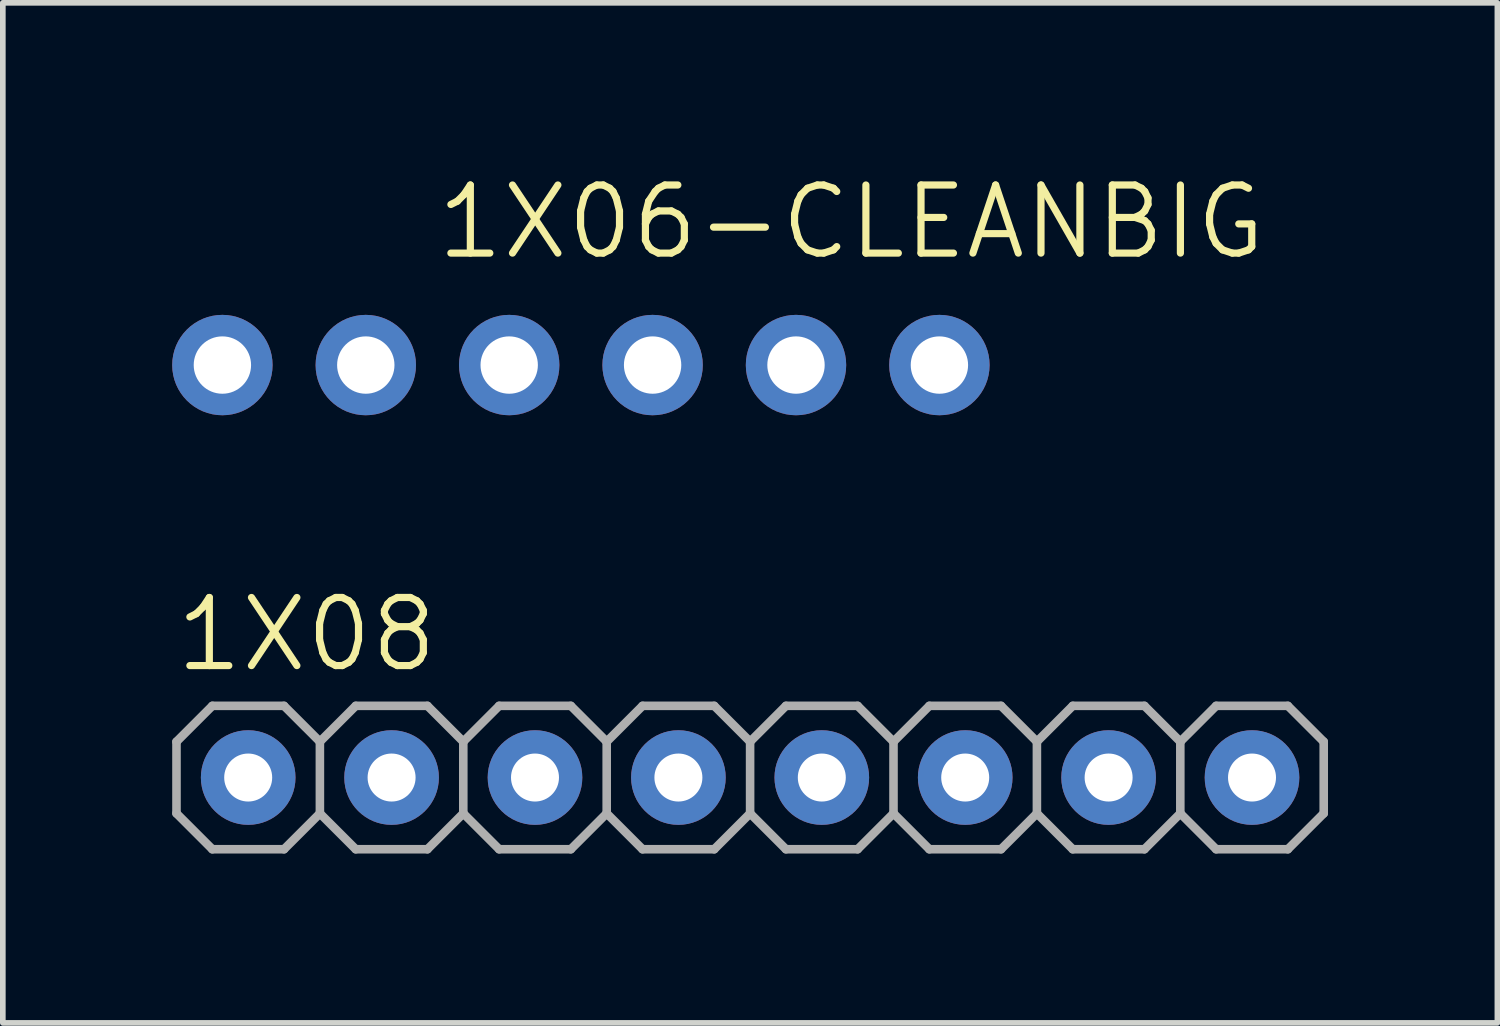
<source format=kicad_pcb>
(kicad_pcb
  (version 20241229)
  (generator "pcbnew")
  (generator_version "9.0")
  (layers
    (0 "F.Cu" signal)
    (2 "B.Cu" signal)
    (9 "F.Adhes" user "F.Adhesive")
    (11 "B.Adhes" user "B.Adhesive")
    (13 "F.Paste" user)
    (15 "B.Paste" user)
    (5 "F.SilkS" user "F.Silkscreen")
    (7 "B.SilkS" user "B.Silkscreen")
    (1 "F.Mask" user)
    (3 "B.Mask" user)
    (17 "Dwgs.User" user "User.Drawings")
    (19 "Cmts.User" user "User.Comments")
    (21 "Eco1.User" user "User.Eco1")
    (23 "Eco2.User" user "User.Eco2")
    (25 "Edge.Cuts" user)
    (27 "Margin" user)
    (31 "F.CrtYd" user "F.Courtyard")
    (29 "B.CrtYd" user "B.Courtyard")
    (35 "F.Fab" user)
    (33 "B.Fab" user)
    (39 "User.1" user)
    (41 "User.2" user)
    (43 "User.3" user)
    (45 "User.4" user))
  (footprint "1X06-CLEANBIG"
    (layer "F.Cu")
    (at 5.969 3.416)
    (property "Reference" "1X06-CLEANBIG" (at -1.346 -1.829 0) (layer "F.SilkS") (effects (font (size 1.206 1.206) (thickness 0.127)) (justify left bottom)))
    (attr through_hole)
    (fp_poly (pts (xy -5.334 0.254) (xy -4.826 0.254) (xy -4.826 -0.254) (xy -5.334 -0.254)) (stroke (width 0.1) (type solid)) (fill no) (layer "F.Fab"))
    (fp_poly (pts (xy -2.794 0.254) (xy -2.286 0.254) (xy -2.286 -0.254) (xy -2.794 -0.254)) (stroke (width 0.1) (type solid)) (fill no) (layer "F.Fab"))
    (fp_poly (pts (xy -0.254 0.254) (xy 0.254 0.254) (xy 0.254 -0.254) (xy -0.254 -0.254)) (stroke (width 0.1) (type solid)) (fill no) (layer "F.Fab"))
    (fp_poly (pts (xy 2.286 0.254) (xy 2.794 0.254) (xy 2.794 -0.254) (xy 2.286 -0.254)) (stroke (width 0.1) (type solid)) (fill no) (layer "F.Fab"))
    (fp_poly (pts (xy 4.826 0.254) (xy 5.334 0.254) (xy 5.334 -0.254) (xy 4.826 -0.254)) (stroke (width 0.1) (type solid)) (fill no) (layer "F.Fab"))
    (fp_poly (pts (xy 7.366 0.254) (xy 7.874 0.254) (xy 7.874 -0.254) (xy 7.366 -0.254)) (stroke (width 0.1) (type solid)) (fill no) (layer "F.Fab"))
    (pad "1" thru_hole circle (at -5.08 0 90) (size 1.778 1.778) (drill 1.016) (layers "*.Cu" "*.Mask"))
    (pad "2" thru_hole circle (at -2.54 0 90) (size 1.778 1.778) (drill 1.016) (layers "*.Cu" "*.Mask"))
    (pad "3" thru_hole circle (at 0 0 90) (size 1.778 1.778) (drill 1.016) (layers "*.Cu" "*.Mask"))
    (pad "4" thru_hole circle (at 2.54 0 90) (size 1.778 1.778) (drill 1.016) (layers "*.Cu" "*.Mask"))
    (pad "5" thru_hole circle (at 5.08 0 90) (size 1.778 1.778) (drill 1.016) (layers "*.Cu" "*.Mask"))
    (pad "6" thru_hole circle (at 7.62 0 90) (size 1.778 1.778) (drill 1.016) (layers "*.Cu" "*.Mask")))
  (footprint "1X08"
    (layer "F.Cu")
    (at 10.236 10.722)
    (property "Reference" "1X08" (at -10.236 -1.829 0) (layer "F.SilkS") (effects (font (size 1.206 1.206) (thickness 0.127)) (justify left bottom)))
    (attr through_hole)
    (fp_line (start -10.16 -0.635) (end -10.16 0.635) (stroke (width 0.152) (type solid)) (layer "F.Fab"))
    (fp_line (start -10.16 0.635) (end -9.525 1.27) (stroke (width 0.152) (type solid)) (layer "F.Fab"))
    (fp_line (start -9.525 -1.27) (end -10.16 -0.635) (stroke (width 0.152) (type solid)) (layer "F.Fab"))
    (fp_line (start -9.525 -1.27) (end -8.255 -1.27) (stroke (width 0.152) (type solid)) (layer "F.Fab"))
    (fp_line (start -8.255 -1.27) (end -7.62 -0.635) (stroke (width 0.152) (type solid)) (layer "F.Fab"))
    (fp_line (start -8.255 1.27) (end -9.525 1.27) (stroke (width 0.152) (type solid)) (layer "F.Fab"))
    (fp_line (start -7.62 -0.635) (end -7.62 0.635) (stroke (width 0.152) (type solid)) (layer "F.Fab"))
    (fp_line (start -7.62 -0.635) (end -6.985 -1.27) (stroke (width 0.152) (type solid)) (layer "F.Fab"))
    (fp_line (start -7.62 0.635) (end -8.255 1.27) (stroke (width 0.152) (type solid)) (layer "F.Fab"))
    (fp_line (start -6.985 -1.27) (end -5.715 -1.27) (stroke (width 0.152) (type solid)) (layer "F.Fab"))
    (fp_line (start -6.985 1.27) (end -7.62 0.635) (stroke (width 0.152) (type solid)) (layer "F.Fab"))
    (fp_line (start -5.715 -1.27) (end -5.08 -0.635) (stroke (width 0.152) (type solid)) (layer "F.Fab"))
    (fp_line (start -5.715 1.27) (end -6.985 1.27) (stroke (width 0.152) (type solid)) (layer "F.Fab"))
    (fp_line (start -5.08 -0.635) (end -5.08 0.635) (stroke (width 0.152) (type solid)) (layer "F.Fab"))
    (fp_line (start -5.08 -0.635) (end -4.445 -1.27) (stroke (width 0.152) (type solid)) (layer "F.Fab"))
    (fp_line (start -5.08 0.635) (end -5.715 1.27) (stroke (width 0.152) (type solid)) (layer "F.Fab"))
    (fp_line (start -4.445 -1.27) (end -3.175 -1.27) (stroke (width 0.152) (type solid)) (layer "F.Fab"))
    (fp_line (start -4.445 1.27) (end -5.08 0.635) (stroke (width 0.152) (type solid)) (layer "F.Fab"))
    (fp_line (start -3.175 -1.27) (end -2.54 -0.635) (stroke (width 0.152) (type solid)) (layer "F.Fab"))
    (fp_line (start -3.175 1.27) (end -4.445 1.27) (stroke (width 0.152) (type solid)) (layer "F.Fab"))
    (fp_line (start -2.54 -0.635) (end -2.54 0.635) (stroke (width 0.152) (type solid)) (layer "F.Fab"))
    (fp_line (start -2.54 0.635) (end -3.175 1.27) (stroke (width 0.152) (type solid)) (layer "F.Fab"))
    (fp_line (start -2.54 0.635) (end -1.905 1.27) (stroke (width 0.152) (type solid)) (layer "F.Fab"))
    (fp_line (start -1.905 -1.27) (end -2.54 -0.635) (stroke (width 0.152) (type solid)) (layer "F.Fab"))
    (fp_line (start -1.905 -1.27) (end -0.635 -1.27) (stroke (width 0.152) (type solid)) (layer "F.Fab"))
    (fp_line (start -0.635 -1.27) (end 0 -0.635) (stroke (width 0.152) (type solid)) (layer "F.Fab"))
    (fp_line (start -0.635 1.27) (end -1.905 1.27) (stroke (width 0.152) (type solid)) (layer "F.Fab"))
    (fp_line (start 0 -0.635) (end 0 0.635) (stroke (width 0.152) (type solid)) (layer "F.Fab"))
    (fp_line (start 0 -0.635) (end 0.635 -1.27) (stroke (width 0.152) (type solid)) (layer "F.Fab"))
    (fp_line (start 0 0.635) (end -0.635 1.27) (stroke (width 0.152) (type solid)) (layer "F.Fab"))
    (fp_line (start 0.635 -1.27) (end 1.905 -1.27) (stroke (width 0.152) (type solid)) (layer "F.Fab"))
    (fp_line (start 0.635 1.27) (end 0 0.635) (stroke (width 0.152) (type solid)) (layer "F.Fab"))
    (fp_line (start 1.905 -1.27) (end 2.54 -0.635) (stroke (width 0.152) (type solid)) (layer "F.Fab"))
    (fp_line (start 1.905 1.27) (end 0.635 1.27) (stroke (width 0.152) (type solid)) (layer "F.Fab"))
    (fp_line (start 2.54 -0.635) (end 2.54 0.635) (stroke (width 0.152) (type solid)) (layer "F.Fab"))
    (fp_line (start 2.54 -0.635) (end 3.175 -1.27) (stroke (width 0.152) (type solid)) (layer "F.Fab"))
    (fp_line (start 2.54 0.635) (end 1.905 1.27) (stroke (width 0.152) (type solid)) (layer "F.Fab"))
    (fp_line (start 3.175 -1.27) (end 4.445 -1.27) (stroke (width 0.152) (type solid)) (layer "F.Fab"))
    (fp_line (start 3.175 1.27) (end 2.54 0.635) (stroke (width 0.152) (type solid)) (layer "F.Fab"))
    (fp_line (start 4.445 -1.27) (end 5.08 -0.635) (stroke (width 0.152) (type solid)) (layer "F.Fab"))
    (fp_line (start 4.445 1.27) (end 3.175 1.27) (stroke (width 0.152) (type solid)) (layer "F.Fab"))
    (fp_line (start 5.08 -0.635) (end 5.08 0.635) (stroke (width 0.152) (type solid)) (layer "F.Fab"))
    (fp_line (start 5.08 0.635) (end 4.445 1.27) (stroke (width 0.152) (type solid)) (layer "F.Fab"))
    (fp_line (start 5.08 0.635) (end 5.715 1.27) (stroke (width 0.152) (type solid)) (layer "F.Fab"))
    (fp_line (start 5.715 -1.27) (end 5.08 -0.635) (stroke (width 0.152) (type solid)) (layer "F.Fab"))
    (fp_line (start 5.715 -1.27) (end 6.985 -1.27) (stroke (width 0.152) (type solid)) (layer "F.Fab"))
    (fp_line (start 6.985 -1.27) (end 7.62 -0.635) (stroke (width 0.152) (type solid)) (layer "F.Fab"))
    (fp_line (start 6.985 1.27) (end 5.715 1.27) (stroke (width 0.152) (type solid)) (layer "F.Fab"))
    (fp_line (start 7.62 -0.635) (end 7.62 0.635) (stroke (width 0.152) (type solid)) (layer "F.Fab"))
    (fp_line (start 7.62 0.635) (end 6.985 1.27) (stroke (width 0.152) (type solid)) (layer "F.Fab"))
    (fp_line (start 7.62 0.635) (end 8.255 1.27) (stroke (width 0.152) (type solid)) (layer "F.Fab"))
    (fp_line (start 8.255 -1.27) (end 7.62 -0.635) (stroke (width 0.152) (type solid)) (layer "F.Fab"))
    (fp_line (start 8.255 -1.27) (end 9.525 -1.27) (stroke (width 0.152) (type solid)) (layer "F.Fab"))
    (fp_line (start 9.525 -1.27) (end 10.16 -0.635) (stroke (width 0.152) (type solid)) (layer "F.Fab"))
    (fp_line (start 9.525 1.27) (end 8.255 1.27) (stroke (width 0.152) (type solid)) (layer "F.Fab"))
    (fp_line (start 10.16 -0.635) (end 10.16 0.635) (stroke (width 0.152) (type solid)) (layer "F.Fab"))
    (fp_line (start 10.16 0.635) (end 9.525 1.27) (stroke (width 0.152) (type solid)) (layer "F.Fab"))
    (fp_poly (pts (xy -9.144 0.254) (xy -8.636 0.254) (xy -8.636 -0.254) (xy -9.144 -0.254)) (stroke (width 0.1) (type solid)) (fill no) (layer "F.Fab"))
    (fp_poly (pts (xy -6.604 0.254) (xy -6.096 0.254) (xy -6.096 -0.254) (xy -6.604 -0.254)) (stroke (width 0.1) (type solid)) (fill no) (layer "F.Fab"))
    (fp_poly (pts (xy -4.064 0.254) (xy -3.556 0.254) (xy -3.556 -0.254) (xy -4.064 -0.254)) (stroke (width 0.1) (type solid)) (fill no) (layer "F.Fab"))
    (fp_poly (pts (xy -1.524 0.254) (xy -1.016 0.254) (xy -1.016 -0.254) (xy -1.524 -0.254)) (stroke (width 0.1) (type solid)) (fill no) (layer "F.Fab"))
    (fp_poly (pts (xy 1.016 0.254) (xy 1.524 0.254) (xy 1.524 -0.254) (xy 1.016 -0.254)) (stroke (width 0.1) (type solid)) (fill no) (layer "F.Fab"))
    (fp_poly (pts (xy 3.556 0.254) (xy 4.064 0.254) (xy 4.064 -0.254) (xy 3.556 -0.254)) (stroke (width 0.1) (type solid)) (fill no) (layer "F.Fab"))
    (fp_poly (pts (xy 6.096 0.254) (xy 6.604 0.254) (xy 6.604 -0.254) (xy 6.096 -0.254)) (stroke (width 0.1) (type solid)) (fill no) (layer "F.Fab"))
    (fp_poly (pts (xy 8.636 0.254) (xy 9.144 0.254) (xy 9.144 -0.254) (xy 8.636 -0.254)) (stroke (width 0.1) (type solid)) (fill no) (layer "F.Fab"))
    (pad "1" thru_hole circle (at -8.89 0 90) (size 1.676 1.676) (drill 0.85) (layers "*.Cu" "*.Mask"))
    (pad "2" thru_hole circle (at -6.35 0 90) (size 1.676 1.676) (drill 0.85) (layers "*.Cu" "*.Mask"))
    (pad "3" thru_hole circle (at -3.81 0 90) (size 1.676 1.676) (drill 0.85) (layers "*.Cu" "*.Mask"))
    (pad "4" thru_hole circle (at -1.27 0 90) (size 1.676 1.676) (drill 0.85) (layers "*.Cu" "*.Mask"))
    (pad "5" thru_hole circle (at 1.27 0 90) (size 1.676 1.676) (drill 0.85) (layers "*.Cu" "*.Mask"))
    (pad "6" thru_hole circle (at 3.81 0 90) (size 1.676 1.676) (drill 0.85) (layers "*.Cu" "*.Mask"))
    (pad "7" thru_hole circle (at 6.35 0 90) (size 1.676 1.676) (drill 0.85) (layers "*.Cu" "*.Mask"))
    (pad "8" thru_hole circle (at 8.89 0 90) (size 1.676 1.676) (drill 0.85) (layers "*.Cu" "*.Mask")))
  (gr_rect
    (start -3 -3)
    (end 23.472 15.068)
    (stroke (width 0.1) (type default))
    (fill no)
    (layer "Edge.Cuts")))
</source>
